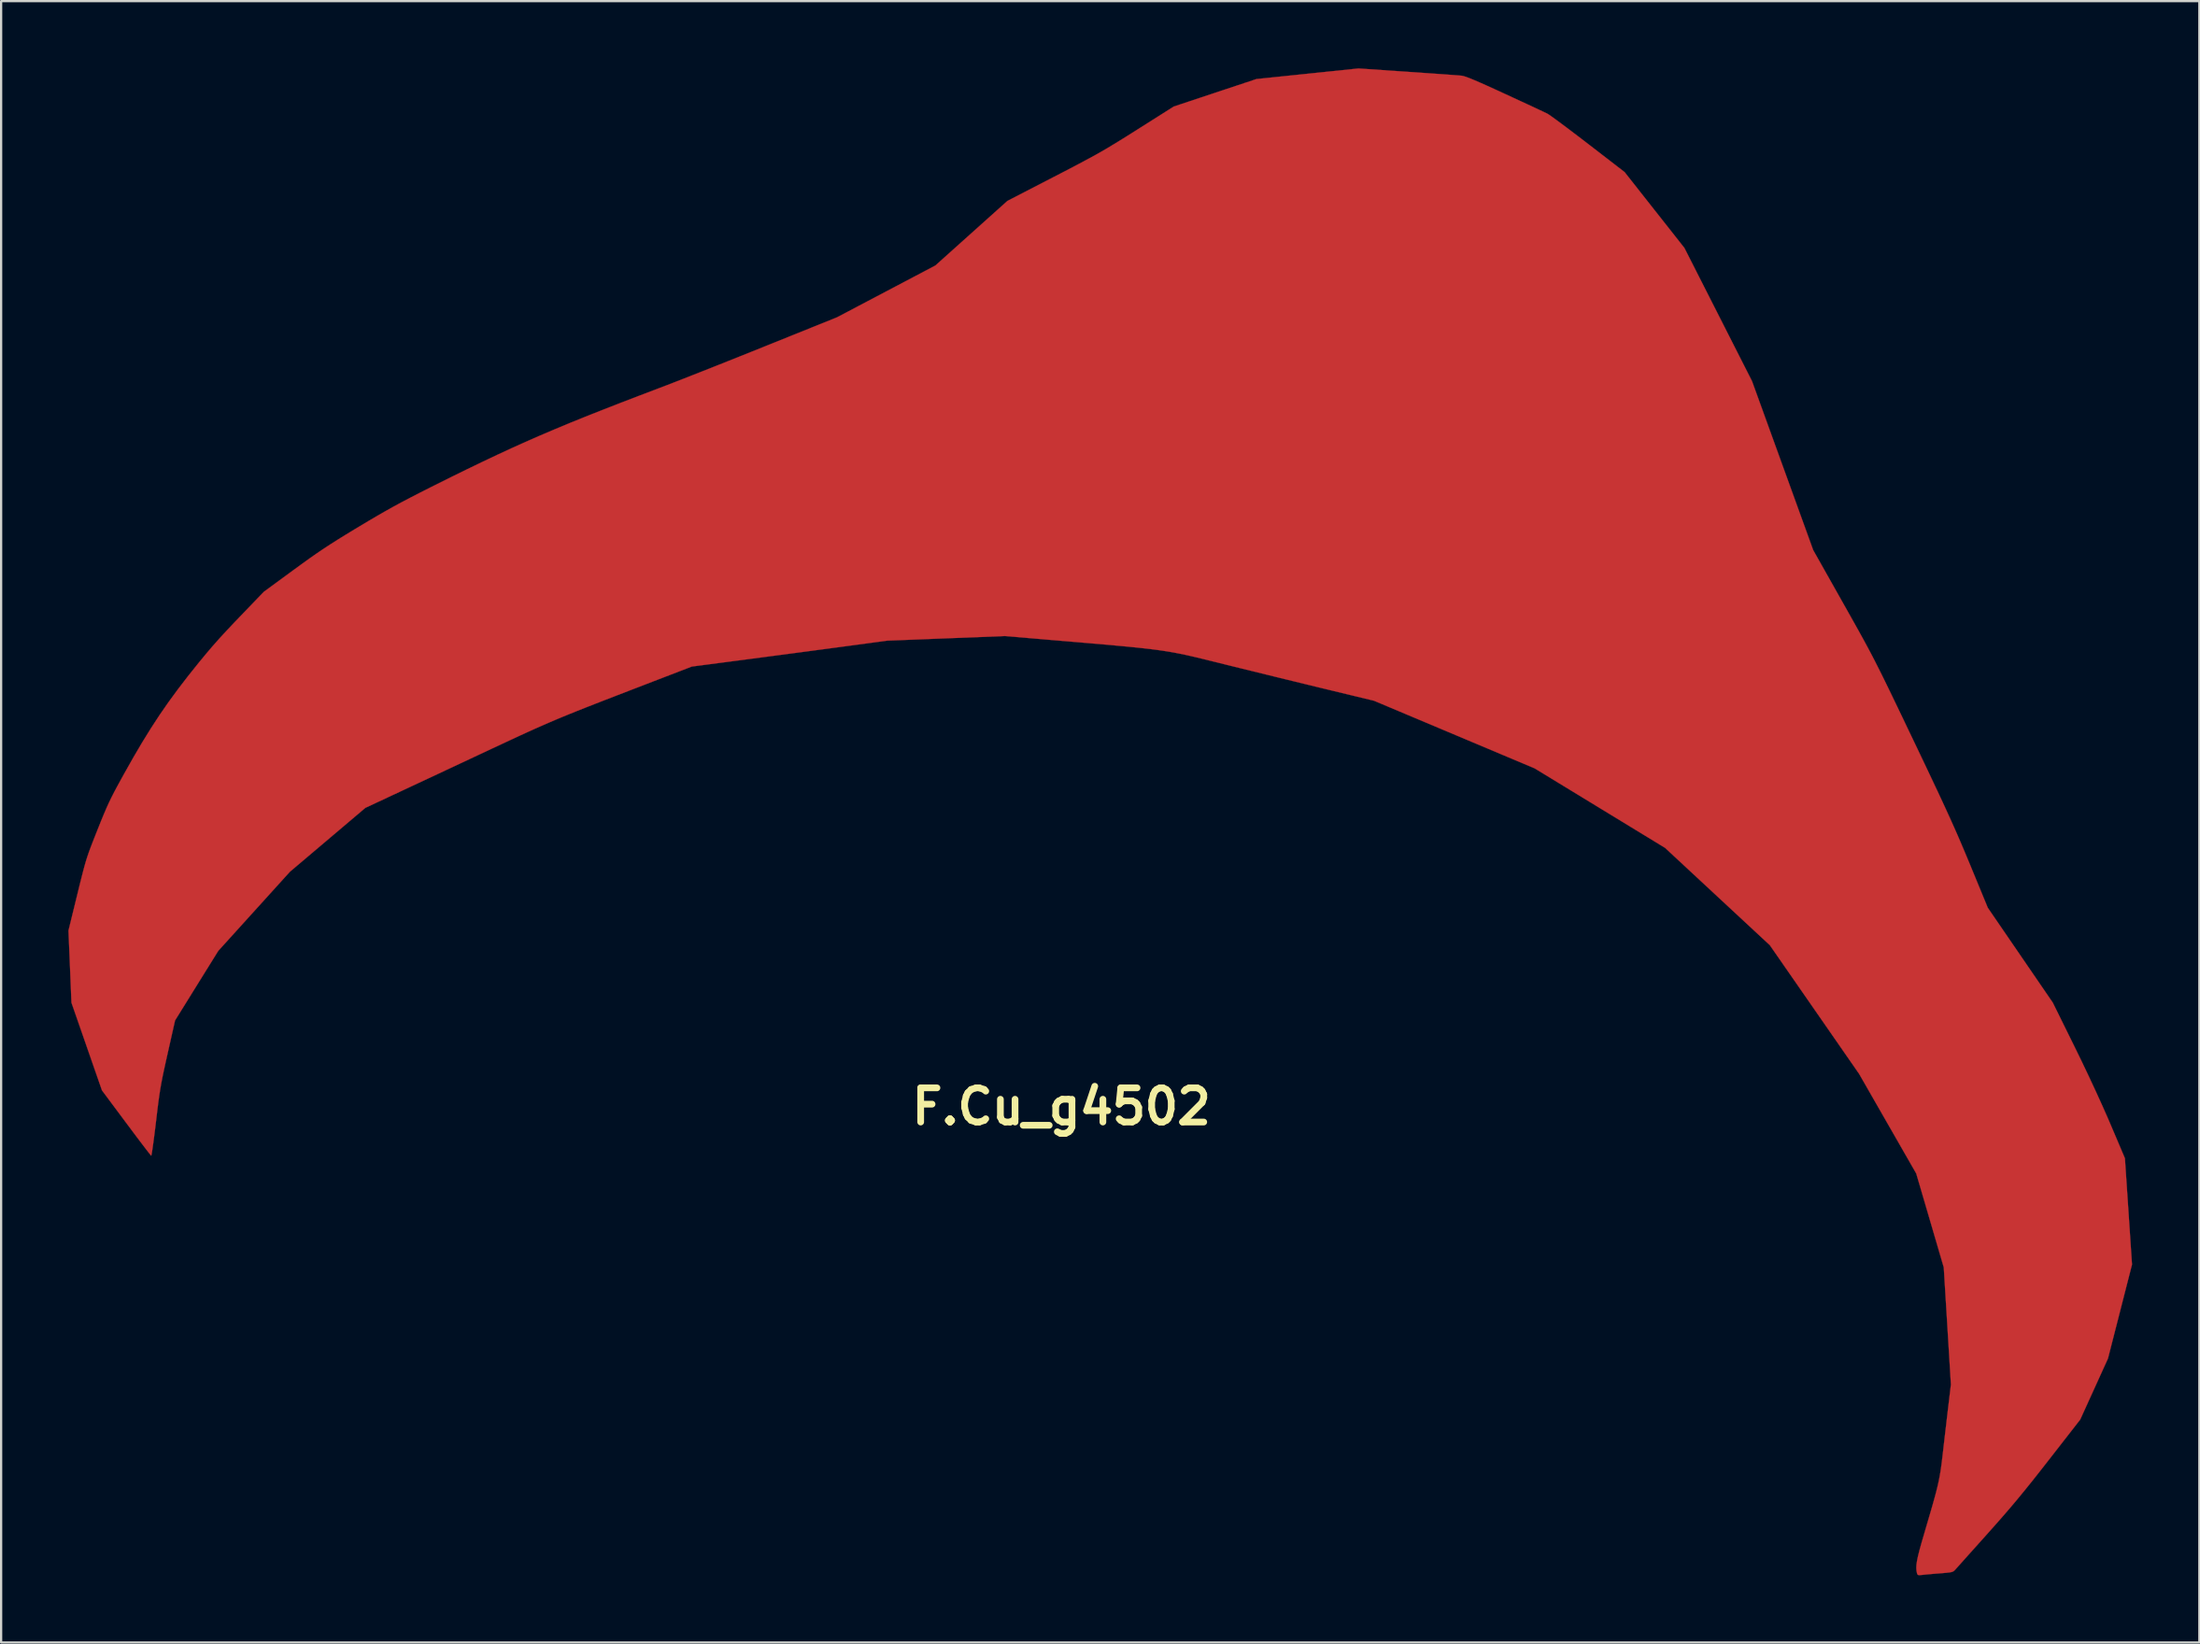
<source format=kicad_pcb>
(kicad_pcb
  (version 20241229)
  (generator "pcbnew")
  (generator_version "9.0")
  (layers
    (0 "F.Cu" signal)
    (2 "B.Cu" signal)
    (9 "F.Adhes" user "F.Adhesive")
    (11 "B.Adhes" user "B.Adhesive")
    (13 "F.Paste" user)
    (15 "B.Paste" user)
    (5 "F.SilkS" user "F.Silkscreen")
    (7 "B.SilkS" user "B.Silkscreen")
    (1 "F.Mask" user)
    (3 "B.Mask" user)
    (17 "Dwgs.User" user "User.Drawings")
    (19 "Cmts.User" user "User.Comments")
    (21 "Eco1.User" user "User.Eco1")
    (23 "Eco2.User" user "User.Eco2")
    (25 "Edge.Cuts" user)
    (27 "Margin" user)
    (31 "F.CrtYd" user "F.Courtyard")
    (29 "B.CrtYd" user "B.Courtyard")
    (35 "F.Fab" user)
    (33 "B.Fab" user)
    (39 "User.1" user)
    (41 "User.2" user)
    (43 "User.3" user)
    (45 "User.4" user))
  (footprint "F.Cu_g4502"
    (layer "F.Cu")
    (at 44.301 46.321)
    (property "Reference" "F.Cu_g4502" (at 0 0 0) (layer "F.SilkS") (effects (font (size 1.524 1.524) (thickness 0.3))))
    (attr through_hole)
    (fp_poly (pts (xy 15.442 -46.167) (xy 15.872 -46.138) (xy 16.283 -46.109) (xy 16.666 -46.082) (xy 17.012 -46.058) (xy 17.311 -46.036) (xy 17.555 -46.018) (xy 17.735 -46.004) (xy 17.842 -45.994) (xy 17.858 -45.993) (xy 17.937 -45.977) (xy 18.051 -45.941) (xy 18.205 -45.884) (xy 18.405 -45.802) (xy 18.658 -45.693) (xy 18.969 -45.555) (xy 19.345 -45.384) (xy 19.783 -45.183) (xy 20.145 -45.016) (xy 20.49 -44.856) (xy 20.808 -44.709) (xy 21.09 -44.577) (xy 21.328 -44.466) (xy 21.513 -44.379) (xy 21.636 -44.321) (xy 21.677 -44.301) (xy 21.749 -44.256) (xy 21.88 -44.164) (xy 22.064 -44.031) (xy 22.291 -43.863) (xy 22.556 -43.665) (xy 22.85 -43.443) (xy 23.167 -43.202) (xy 23.497 -42.948) (xy 23.498 -42.948) (xy 25.125 -41.693) (xy 26.458 -40.001) (xy 27.792 -38.31) (xy 29.301 -35.337) (xy 30.81 -32.364) (xy 32.174 -28.596) (xy 33.538 -24.828) (xy 34.897 -22.416) (xy 35.125 -22.011) (xy 35.329 -21.648) (xy 35.512 -21.321) (xy 35.679 -21.02) (xy 35.833 -20.739) (xy 35.978 -20.471) (xy 36.118 -20.207) (xy 36.257 -19.94) (xy 36.398 -19.662) (xy 36.547 -19.366) (xy 36.706 -19.045) (xy 36.879 -18.69) (xy 37.07 -18.295) (xy 37.284 -17.851) (xy 37.524 -17.351) (xy 37.793 -16.788) (xy 38.007 -16.341) (xy 38.327 -15.671) (xy 38.613 -15.07) (xy 38.868 -14.53) (xy 39.098 -14.043) (xy 39.304 -13.601) (xy 39.49 -13.197) (xy 39.661 -12.823) (xy 39.819 -12.47) (xy 39.968 -12.133) (xy 40.111 -11.802) (xy 40.252 -11.47) (xy 40.395 -11.13) (xy 40.543 -10.774) (xy 41.328 -8.869) (xy 44.228 -4.635) (xy 45.188 -2.688) (xy 45.517 -2.014) (xy 45.839 -1.337) (xy 46.148 -0.674) (xy 46.435 -0.043) (xy 46.693 0.54) (xy 46.797 0.783) (xy 47.445 2.307) (xy 47.603 4.678) (xy 47.761 7.048) (xy 46.689 11.239) (xy 45.45 13.965) (xy 44.04 15.775) (xy 43.649 16.275) (xy 43.297 16.72) (xy 42.971 17.124) (xy 42.661 17.502) (xy 42.354 17.867) (xy 42.039 18.233) (xy 41.705 18.614) (xy 41.34 19.024) (xy 41.307 19.062) (xy 41.035 19.365) (xy 40.777 19.653) (xy 40.54 19.917) (xy 40.329 20.153) (xy 40.151 20.352) (xy 40.013 20.507) (xy 39.919 20.612) (xy 39.878 20.658) (xy 39.832 20.706) (xy 39.783 20.741) (xy 39.716 20.766) (xy 39.613 20.785) (xy 39.462 20.802) (xy 39.245 20.82) (xy 39.179 20.825) (xy 38.945 20.844) (xy 38.723 20.863) (xy 38.537 20.88) (xy 38.408 20.894) (xy 38.392 20.895) (xy 38.271 20.906) (xy 38.208 20.893) (xy 38.178 20.848) (xy 38.17 20.821) (xy 38.147 20.707) (xy 38.138 20.582) (xy 38.146 20.437) (xy 38.172 20.26) (xy 38.218 20.042) (xy 38.286 19.773) (xy 38.378 19.443) (xy 38.477 19.104) (xy 38.624 18.602) (xy 38.75 18.172) (xy 38.857 17.804) (xy 38.946 17.486) (xy 39.02 17.21) (xy 39.081 16.965) (xy 39.132 16.742) (xy 39.174 16.53) (xy 39.211 16.32) (xy 39.244 16.102) (xy 39.275 15.865) (xy 39.307 15.6) (xy 39.343 15.296) (xy 39.344 15.282) (xy 39.387 14.91) (xy 39.432 14.52) (xy 39.478 14.133) (xy 39.52 13.769) (xy 39.558 13.448) (xy 39.588 13.196) (xy 39.683 12.4) (xy 39.524 9.788) (xy 39.364 7.176) (xy 38.75 5.08) (xy 38.135 2.985) (xy 35.587 -1.46) (xy 33.596 -4.33) (xy 31.605 -7.2) (xy 29.268 -9.371) (xy 26.93 -11.543) (xy 21.114 -15.089) (xy 13.946 -18.107) (xy 11.894 -18.603) (xy 11.439 -18.713) (xy 10.92 -18.84) (xy 10.353 -18.978) (xy 9.758 -19.123) (xy 9.152 -19.272) (xy 8.551 -19.42) (xy 7.975 -19.561) (xy 7.441 -19.693) (xy 7.38 -19.708) (xy 6.996 -19.804) (xy 6.65 -19.889) (xy 6.336 -19.967) (xy 6.048 -20.036) (xy 5.779 -20.099) (xy 5.525 -20.156) (xy 5.278 -20.207) (xy 5.034 -20.254) (xy 4.785 -20.298) (xy 4.526 -20.338) (xy 4.252 -20.377) (xy 3.955 -20.415) (xy 3.63 -20.452) (xy 3.272 -20.49) (xy 2.873 -20.529) (xy 2.429 -20.57) (xy 1.932 -20.615) (xy 1.378 -20.663) (xy 0.76 -20.716) (xy 0.072 -20.774) (xy -0.692 -20.838) (xy -1.037 -20.868) (xy -2.519 -20.993) (xy -5.144 -20.891) (xy -7.768 -20.788) (xy -9.821 -20.512) (xy -10.299 -20.448) (xy -10.841 -20.376) (xy -11.427 -20.298) (xy -12.037 -20.217) (xy -12.651 -20.136) (xy -13.249 -20.057) (xy -13.812 -19.983) (xy -14.182 -19.934) (xy -16.489 -19.632) (xy -17.971 -19.062) (xy -18.669 -18.793) (xy -19.295 -18.552) (xy -19.857 -18.335) (xy -20.362 -18.14) (xy -20.816 -17.963) (xy -21.227 -17.802) (xy -21.602 -17.653) (xy -21.949 -17.513) (xy -22.274 -17.38) (xy -22.585 -17.25) (xy -22.888 -17.12) (xy -23.192 -16.988) (xy -23.503 -16.85) (xy -23.828 -16.703) (xy -24.175 -16.544) (xy -24.55 -16.37) (xy -24.961 -16.178) (xy -25.416 -15.966) (xy -25.92 -15.73) (xy -26.374 -15.517) (xy -26.824 -15.306) (xy -27.294 -15.086) (xy -27.77 -14.863) (xy -28.237 -14.644) (xy -28.684 -14.435) (xy -29.095 -14.243) (xy -29.458 -14.073) (xy -29.759 -13.932) (xy -29.782 -13.922) (xy -31.052 -13.328) (xy -34.419 -10.477) (xy -37.613 -6.949) (xy -38.578 -5.396) (xy -39.542 -3.842) (xy -39.877 -2.355) (xy -39.968 -1.946) (xy -40.044 -1.599) (xy -40.107 -1.298) (xy -40.159 -1.025) (xy -40.205 -0.761) (xy -40.247 -0.488) (xy -40.288 -0.19) (xy -40.331 0.153) (xy -40.379 0.557) (xy -40.392 0.667) (xy -40.434 1.017) (xy -40.475 1.338) (xy -40.512 1.621) (xy -40.545 1.857) (xy -40.572 2.037) (xy -40.593 2.152) (xy -40.605 2.191) (xy -40.606 2.191) (xy -40.637 2.156) (xy -40.713 2.06) (xy -40.83 1.91) (xy -40.98 1.713) (xy -41.16 1.476) (xy -41.363 1.206) (xy -41.584 0.91) (xy -41.72 0.728) (xy -42.803 -0.725) (xy -44.163 -4.636) (xy -44.229 -6.244) (xy -44.296 -7.853) (xy -43.902 -9.461) (xy -43.802 -9.87) (xy -43.717 -10.209) (xy -43.644 -10.494) (xy -43.579 -10.738) (xy -43.516 -10.955) (xy -43.452 -11.158) (xy -43.382 -11.361) (xy -43.302 -11.578) (xy -43.208 -11.822) (xy -43.095 -12.108) (xy -43.003 -12.34) (xy -42.855 -12.711) (xy -42.727 -13.023) (xy -42.611 -13.294) (xy -42.5 -13.541) (xy -42.384 -13.782) (xy -42.255 -14.035) (xy -42.105 -14.316) (xy -41.925 -14.644) (xy -41.818 -14.838) (xy -41.4 -15.579) (xy -41.002 -16.256) (xy -40.614 -16.883) (xy -40.227 -17.476) (xy -39.83 -18.049) (xy -39.414 -18.617) (xy -38.97 -19.195) (xy -38.791 -19.42) (xy -38.456 -19.837) (xy -38.152 -20.205) (xy -37.864 -20.543) (xy -37.573 -20.872) (xy -37.264 -21.209) (xy -36.92 -21.574) (xy -36.692 -21.812) (xy -35.582 -22.966) (xy -34.247 -23.945) (xy -33.869 -24.22) (xy -33.533 -24.462) (xy -33.222 -24.679) (xy -32.921 -24.883) (xy -32.614 -25.084) (xy -32.286 -25.292) (xy -31.921 -25.518) (xy -31.503 -25.772) (xy -31.347 -25.866) (xy -30.91 -26.127) (xy -30.515 -26.359) (xy -30.146 -26.571) (xy -29.787 -26.772) (xy -29.421 -26.97) (xy -29.032 -27.174) (xy -28.604 -27.394) (xy -28.12 -27.639) (xy -27.961 -27.718) (xy -27.205 -28.095) (xy -26.494 -28.444) (xy -25.816 -28.771) (xy -25.164 -29.08) (xy -24.526 -29.375) (xy -23.895 -29.659) (xy -23.26 -29.938) (xy -22.611 -30.214) (xy -21.94 -30.494) (xy -21.236 -30.779) (xy -20.489 -31.075) (xy -19.692 -31.386) (xy -18.833 -31.716) (xy -17.907 -32.068) (xy -17.636 -32.171) (xy -17.297 -32.302) (xy -16.898 -32.458) (xy -16.45 -32.634) (xy -15.962 -32.826) (xy -15.444 -33.031) (xy -14.906 -33.245) (xy -14.357 -33.464) (xy -13.807 -33.684) (xy -13.266 -33.901) (xy -13.248 -33.909) (xy -10.008 -35.214) (xy -5.622 -37.525) (xy -4.015 -38.966) (xy -2.408 -40.407) (xy -0.326 -41.483) (xy 0.148 -41.728) (xy 0.557 -41.941) (xy 0.914 -42.13) (xy 1.231 -42.3) (xy 1.52 -42.458) (xy 1.791 -42.611) (xy 2.057 -42.766) (xy 2.329 -42.93) (xy 2.62 -43.108) (xy 2.94 -43.307) (xy 3.302 -43.535) (xy 3.387 -43.589) (xy 5.016 -44.619) (xy 6.858 -45.231) (xy 8.7 -45.844) (xy 10.976 -46.08) (xy 13.252 -46.316) (xy 15.442 -46.167)) (stroke (width 0.01) (type solid)) (fill yes) (layer "F.Cu")))
  (gr_rect
    (start -3 -3)
    (end 95.067 70.232)
    (stroke (width 0.1) (type default))
    (fill no)
    (layer "Edge.Cuts")))
</source>
